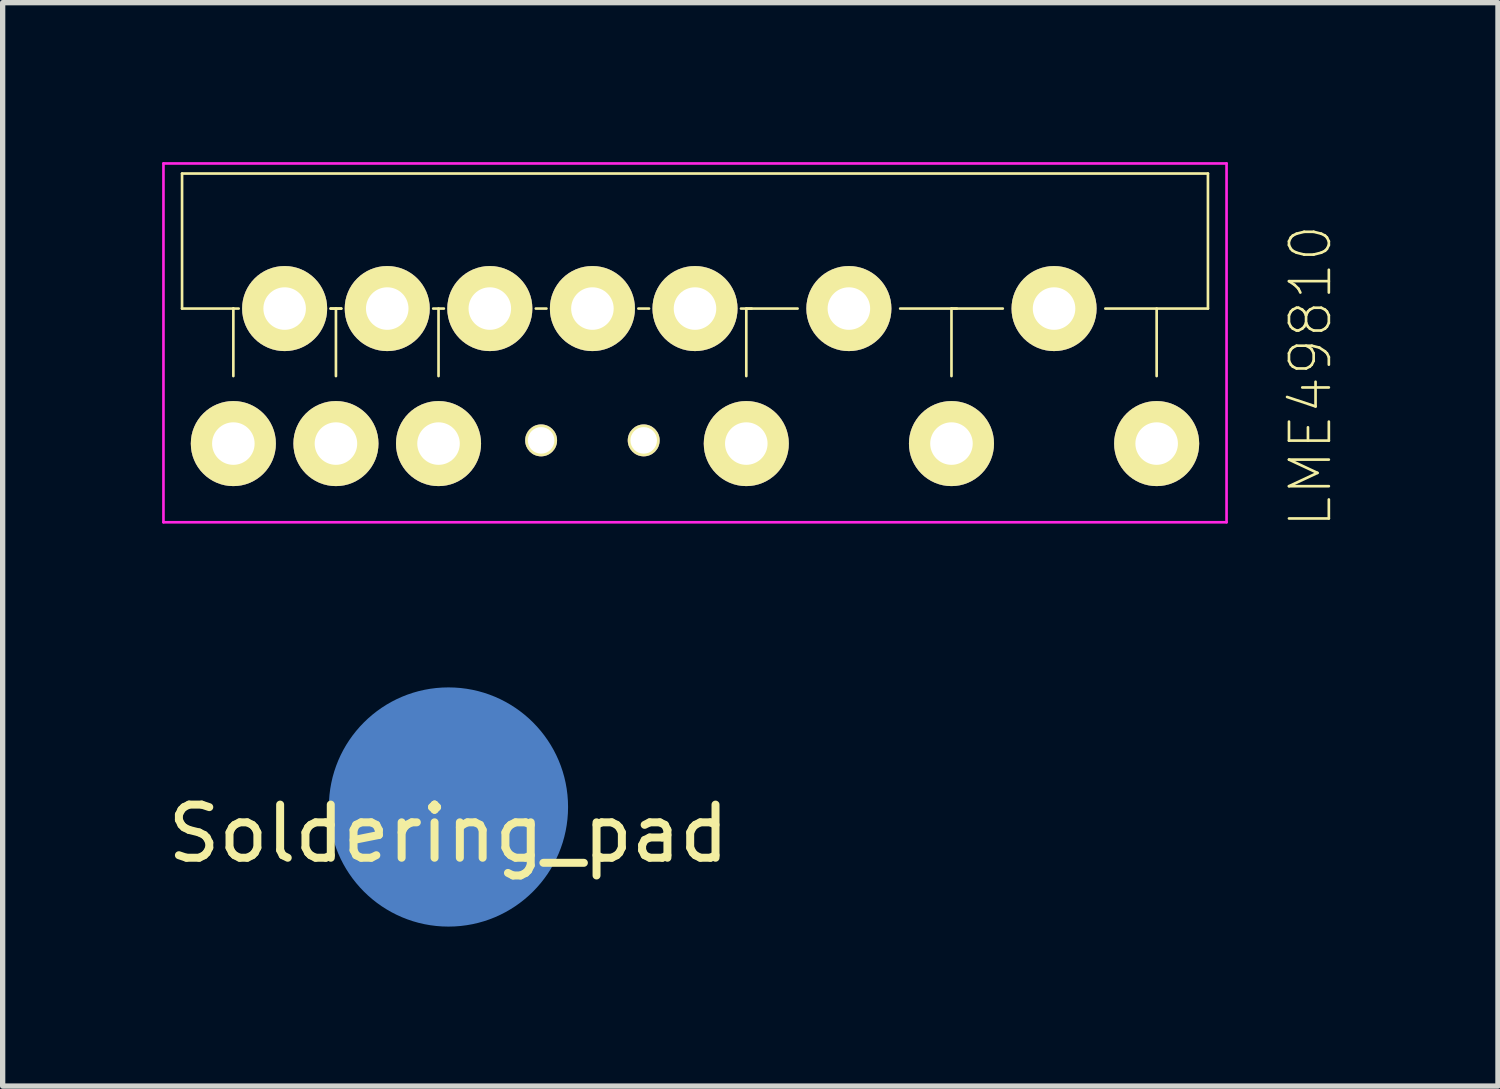
<source format=kicad_pcb>
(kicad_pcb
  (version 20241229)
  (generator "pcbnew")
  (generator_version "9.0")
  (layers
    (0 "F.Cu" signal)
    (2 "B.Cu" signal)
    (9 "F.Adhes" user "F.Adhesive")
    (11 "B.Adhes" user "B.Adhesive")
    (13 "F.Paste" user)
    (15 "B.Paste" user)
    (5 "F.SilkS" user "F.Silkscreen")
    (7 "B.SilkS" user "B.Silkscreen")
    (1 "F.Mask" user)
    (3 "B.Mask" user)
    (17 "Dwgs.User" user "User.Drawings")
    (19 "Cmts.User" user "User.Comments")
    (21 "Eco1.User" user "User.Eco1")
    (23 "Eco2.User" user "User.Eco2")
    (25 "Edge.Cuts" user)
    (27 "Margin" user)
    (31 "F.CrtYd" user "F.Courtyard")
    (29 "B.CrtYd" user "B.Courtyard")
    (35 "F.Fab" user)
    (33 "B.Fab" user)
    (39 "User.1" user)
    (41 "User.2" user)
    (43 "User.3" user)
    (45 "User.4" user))
  (footprint "LME49810"
    (layer "F.Cu")
    (at 10.025 4.025)
    (property "Reference" "LME49810" (at 11.58 0 270) (layer "F.SilkS") (effects (font (size 0.75 0.75) (thickness 0.05))))
    (attr through_hole)
    (fp_line (start -9.65 -3.81) (end 9.65 -3.81) (stroke (width 0.05) (type solid)) (layer "F.SilkS"))
    (fp_line (start -9.65 -1.27) (end -9.65 -3.81) (stroke (width 0.05) (type solid)) (layer "F.SilkS"))
    (fp_line (start -9.65 -1.27) (end -8.685 -1.27) (stroke (width 0.05) (type solid)) (layer "F.SilkS"))
    (fp_line (start -8.685 0) (end -8.685 -1.27) (stroke (width 0.05) (type solid)) (layer "F.SilkS"))
    (fp_line (start -8.585 -1.27) (end -8.685 -1.27) (stroke (width 0.05) (type solid)) (layer "F.SilkS"))
    (fp_line (start -6.755 0) (end -6.755 -1.27) (stroke (width 0.05) (type solid)) (layer "F.SilkS"))
    (fp_line (start -6.655 -1.27) (end -6.855 -1.27) (stroke (width 0.05) (type solid)) (layer "F.SilkS"))
    (fp_line (start -6.655 -1.27) (end -6.855 -1.27) (stroke (width 0.05) (type solid)) (layer "F.SilkS"))
    (fp_line (start -4.825 0) (end -4.825 -1.27) (stroke (width 0.05) (type solid)) (layer "F.SilkS"))
    (fp_line (start -4.725 -1.27) (end -4.925 -1.27) (stroke (width 0.05) (type solid)) (layer "F.SilkS"))
    (fp_line (start -2.795 -1.27) (end -2.995 -1.27) (stroke (width 0.05) (type solid)) (layer "F.SilkS"))
    (fp_line (start -0.865 -1.27) (end -1.065 -1.27) (stroke (width 0.05) (type solid)) (layer "F.SilkS"))
    (fp_line (start 0.965 -1.27) (end 1.93 -1.27) (stroke (width 0.05) (type solid)) (layer "F.SilkS"))
    (fp_line (start 0.965 0) (end 0.965 -1.27) (stroke (width 0.05) (type solid)) (layer "F.SilkS"))
    (fp_line (start 1.065 -1.27) (end 0.865 -1.27) (stroke (width 0.05) (type solid)) (layer "F.SilkS"))
    (fp_line (start 4.825 0) (end 4.825 -1.27) (stroke (width 0.05) (type solid)) (layer "F.SilkS"))
    (fp_line (start 4.925 -1.27) (end 4.825 -1.27) (stroke (width 0.05) (type solid)) (layer "F.SilkS"))
    (fp_line (start 5.79 -1.27) (end 3.86 -1.27) (stroke (width 0.05) (type solid)) (layer "F.SilkS"))
    (fp_line (start 8.685 0) (end 8.685 -1.27) (stroke (width 0.05) (type solid)) (layer "F.SilkS"))
    (fp_line (start 9.65 -1.27) (end 7.72 -1.27) (stroke (width 0.05) (type solid)) (layer "F.SilkS"))
    (fp_line (start 9.65 -1.27) (end 9.65 -3.81) (stroke (width 0.05) (type solid)) (layer "F.SilkS"))
    (fp_line (start -10 -4) (end 10 -4) (stroke (width 0.05) (type solid)) (layer "F.CrtYd"))
    (fp_line (start -10 2.75) (end -10 -4) (stroke (width 0.05) (type solid)) (layer "F.CrtYd"))
    (fp_line (start -10 2.75) (end 10 2.75) (stroke (width 0.05) (type solid)) (layer "F.CrtYd"))
    (fp_line (start 10 2.75) (end 10 -4) (stroke (width 0.05) (type solid)) (layer "F.CrtYd"))
    (pad "1" thru_hole circle (at -8.685 1.27) (size 1.6 1.6) (drill 0.8) (layers "*.Cu" "*.Mask" "F.SilkS"))
    (pad "2" thru_hole circle (at -7.72 -1.27) (size 1.6 1.6) (drill 0.8) (layers "*.Cu" "*.Mask" "F.SilkS"))
    (pad "3" thru_hole circle (at -6.755 1.27) (size 1.6 1.6) (drill 0.8) (layers "*.Cu" "*.Mask" "F.SilkS"))
    (pad "4" thru_hole circle (at -5.79 -1.27) (size 1.6 1.6) (drill 0.8) (layers "*.Cu" "*.Mask" "F.SilkS"))
    (pad "5" thru_hole circle (at -4.825 1.27) (size 1.6 1.6) (drill 0.8) (layers "*.Cu" "*.Mask" "F.SilkS"))
    (pad "6" thru_hole circle (at -3.86 -1.27) (size 1.6 1.6) (drill 0.8) (layers "*.Cu" "*.Mask" "F.SilkS"))
    (pad "7" thru_hole circle (at -2.895 1.21) (size 0.6 0.6) (drill 0.5) (layers "*.Mask" "B.Cu" "F.SilkS"))
    (pad "8" thru_hole circle (at -1.93 -1.27) (size 1.6 1.6) (drill 0.8) (layers "*.Cu" "*.Mask" "F.SilkS"))
    (pad "9" thru_hole circle (at -0.965 1.21) (size 0.6 0.6) (drill 0.5) (layers "*.Mask" "B.Cu" "F.SilkS"))
    (pad "10" thru_hole circle (at 0 -1.27) (size 1.6 1.6) (drill 0.8) (layers "*.Cu" "*.Mask" "F.SilkS"))
    (pad "11" thru_hole circle (at 0.965 1.27) (size 1.6 1.6) (drill 0.8) (layers "*.Cu" "*.Mask" "F.SilkS"))
    (pad "12" thru_hole circle (at 2.895 -1.27) (size 1.6 1.6) (drill 0.8) (layers "*.Cu" "*.Mask" "F.SilkS"))
    (pad "13" thru_hole circle (at 4.825 1.27) (size 1.6 1.6) (drill 0.8) (layers "*.Cu" "*.Mask" "F.SilkS"))
    (pad "14" thru_hole circle (at 6.755 -1.27) (size 1.6 1.6) (drill 0.8) (layers "*.Cu" "*.Mask" "F.SilkS"))
    (pad "15" thru_hole circle (at 8.685 1.27) (size 1.6 1.6) (drill 0.8) (layers "*.Cu" "*.Mask" "F.SilkS")))
  (footprint "Soldering_pad"
    (layer "F.Cu")
    (at 5.387 12.132)
    (property "Reference" "Soldering_pad" (at 0 0.5 0) (layer "F.SilkS") (effects (font (size 1 1) (thickness 0.15))))
    (attr through_hole)
    (pad "1" smd circle (at 0 0) (size 4.5 4.5) (layers "F.Mask" "B.Cu" "F.Paste")))
  (gr_rect
    (start -3 -3)
    (end 25.131 17.382)
    (stroke (width 0.1) (type default))
    (fill no)
    (layer "Edge.Cuts")))
</source>
